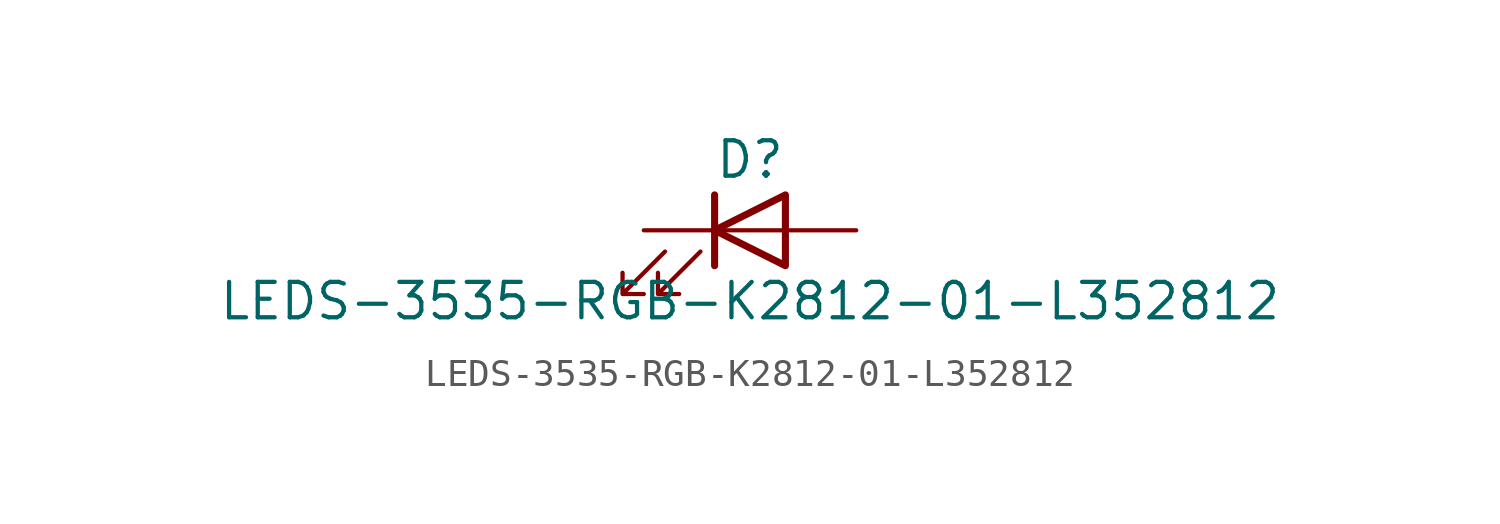
<source format=kicad_sym>
(kicad_symbol_lib
  (version 20211014)
  (generator kicad_symbol_editor)
  (symbol "LEDS-3535-RGB-K2812-01-L352812"
    (pin_numbers hide)
    (pin_names
      (offset 1.016) hide)
    (property "Reference" "D"
      (at 0 2.54 0)
      (effects (font (size 1.27 1.27))))
    (property "Value" "LEDS-3535-RGB-K2812-01-L352812"
      (at 0 -2.54 0)
      (effects (font (size 1.27 1.27))))
    (symbol "LEDS-3535-RGB-K2812-01-L352812_0_1"
      (polyline (pts (xy -1.27 -1.27) (xy -1.27 1.27)) (stroke (width 0.254) (type default) (color 0 0 0 0)) (fill (type none)))
      (polyline (pts (xy -1.27 0) (xy 1.27 0)) (stroke (width 0) (type default) (color 0 0 0 0)) (fill (type none)))
      (polyline (pts (xy 1.27 -1.27) (xy 1.27 1.27) (xy -1.27 0) (xy 1.27 -1.27)) (stroke (width 0.254) (type default) (color 0 0 0 0)) (fill (type none)))
      (polyline (pts (xy -3.048 -0.762) (xy -4.572 -2.286) (xy -3.81 -2.286) (xy -4.572 -2.286) (xy -4.572 -1.524)) (stroke (width 0) (type default) (color 0 0 0 0)) (fill (type none)))
      (polyline (pts (xy -1.778 -0.762) (xy -3.302 -2.286) (xy -2.54 -2.286) (xy -3.302 -2.286) (xy -3.302 -1.524)) (stroke (width 0) (type default) (color 0 0 0 0)) (fill (type none))))
    (symbol "LEDS-3535-RGB-K2812-01-L352812_1_1"
      (pin passive line (at -3.81 0 0) (length 2.54) (name "K" (effects (font (size 1.27 1.27)))) (number "1" (effects (font (size 1.27 1.27)))))
      (pin passive line (at 3.81 0 180) (length 2.54) (name "A" (effects (font (size 1.27 1.27)))) (number "2" (effects (font (size 1.27 1.27))))))))
</source>
